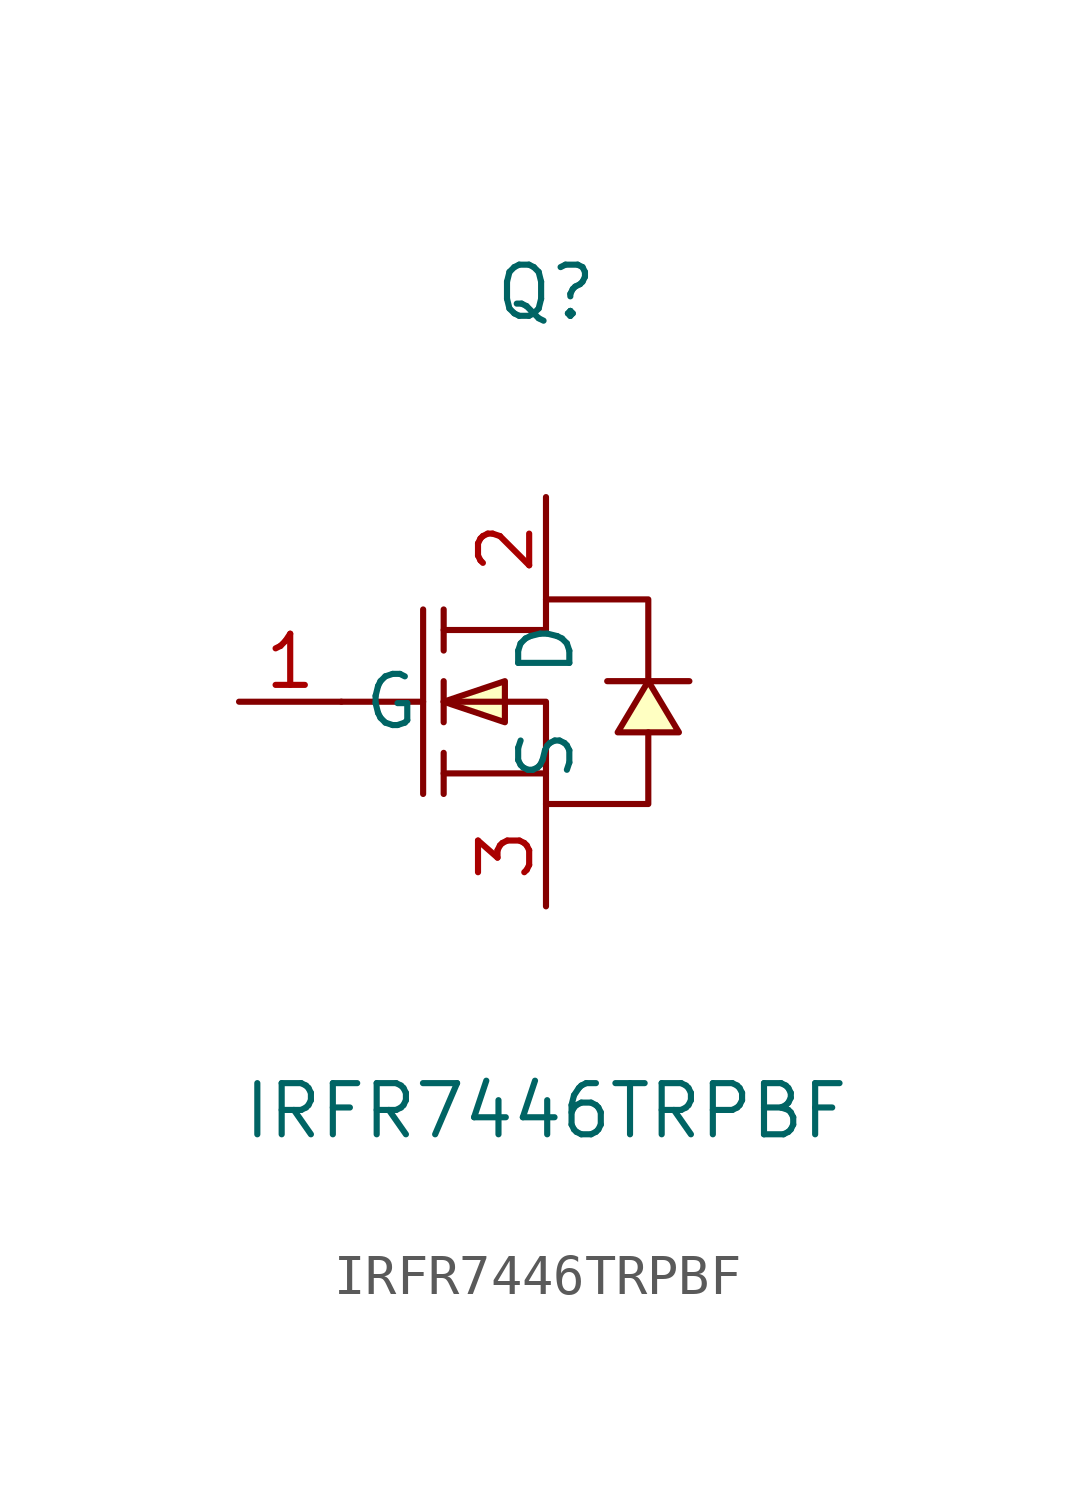
<source format=kicad_sym>
(kicad_symbol_lib
  (version 20211014)
  (generator https://github.com/uPesy/easyeda2kicad.py)
  (symbol "IRFR7446TRPBF"
    (property "Reference" "Q"
      (at 0 10.16 0)
      (effects (font (size 1.27 1.27))))
    (property "Value" "IRFR7446TRPBF"
      (at 0 -10.16 0)
      (effects (font (size 1.27 1.27))))
    (symbol "IRFR7446TRPBF_0_1"
      (polyline (pts (xy -2.54 1.78) (xy 0.00 1.78) (xy 0.00 2.54) (xy 2.54 2.54) (xy 2.54 0.51)) (stroke (width 0) (type default) (color 0 0 0 0)) (fill (type none)))
      (polyline (pts (xy -2.54 -0.00) (xy 0.00 -0.00) (xy 0.00 -2.54) (xy 2.54 -2.54) (xy 2.54 -0.76)) (stroke (width 0) (type default) (color 0 0 0 0)) (fill (type none)))
      (polyline (pts (xy 0.00 -1.78) (xy -2.54 -1.78)) (stroke (width 0) (type default) (color 0 0 0 0)) (fill (type none)))
      (polyline (pts (xy -3.05 2.29) (xy -3.05 -2.29)) (stroke (width 0) (type default) (color 0 0 0 0)) (fill (type none)))
      (polyline (pts (xy -2.54 2.29) (xy -2.54 1.27)) (stroke (width 0) (type default) (color 0 0 0 0)) (fill (type none)))
      (polyline (pts (xy -2.54 -0.51) (xy -2.54 0.51)) (stroke (width 0) (type default) (color 0 0 0 0)) (fill (type none)))
      (polyline (pts (xy -2.54 -2.29) (xy -2.54 -1.27)) (stroke (width 0) (type default) (color 0 0 0 0)) (fill (type none)))
      (polyline (pts (xy -5.08 -0.00) (xy -3.05 -0.00)) (stroke (width 0) (type default) (color 0 0 0 0)) (fill (type none)))
      (polyline (pts (xy 3.56 0.51) (xy 3.05 0.51) (xy 2.03 0.51) (xy 1.52 0.51)) (stroke (width 0) (type default) (color 0 0 0 0)) (fill (type none)))
      (polyline (pts (xy -2.54 -0.00) (xy -1.02 -0.51) (xy -1.02 0.51) (xy -2.54 -0.00)) (stroke (width 0) (type default) (color 0 0 0 0)) (fill (type background)))
      (polyline (pts (xy 2.54 0.51) (xy 1.78 -0.76) (xy 3.30 -0.76) (xy 2.54 0.51)) (stroke (width 0) (type default) (color 0 0 0 0)) (fill (type background)))
      (pin unspecified line (at 0.00 5.08 270) (length 2.54) (name "D" (effects (font (size 1.27 1.27)))) (number "2" (effects (font (size 1.27 1.27)))))
      (pin unspecified line (at -7.62 -0.00 0) (length 2.54) (name "G" (effects (font (size 1.27 1.27)))) (number "1" (effects (font (size 1.27 1.27)))))
      (pin unspecified line (at 0.00 -5.08 90) (length 2.54) (name "S" (effects (font (size 1.27 1.27)))) (number "3" (effects (font (size 1.27 1.27))))))))
</source>
